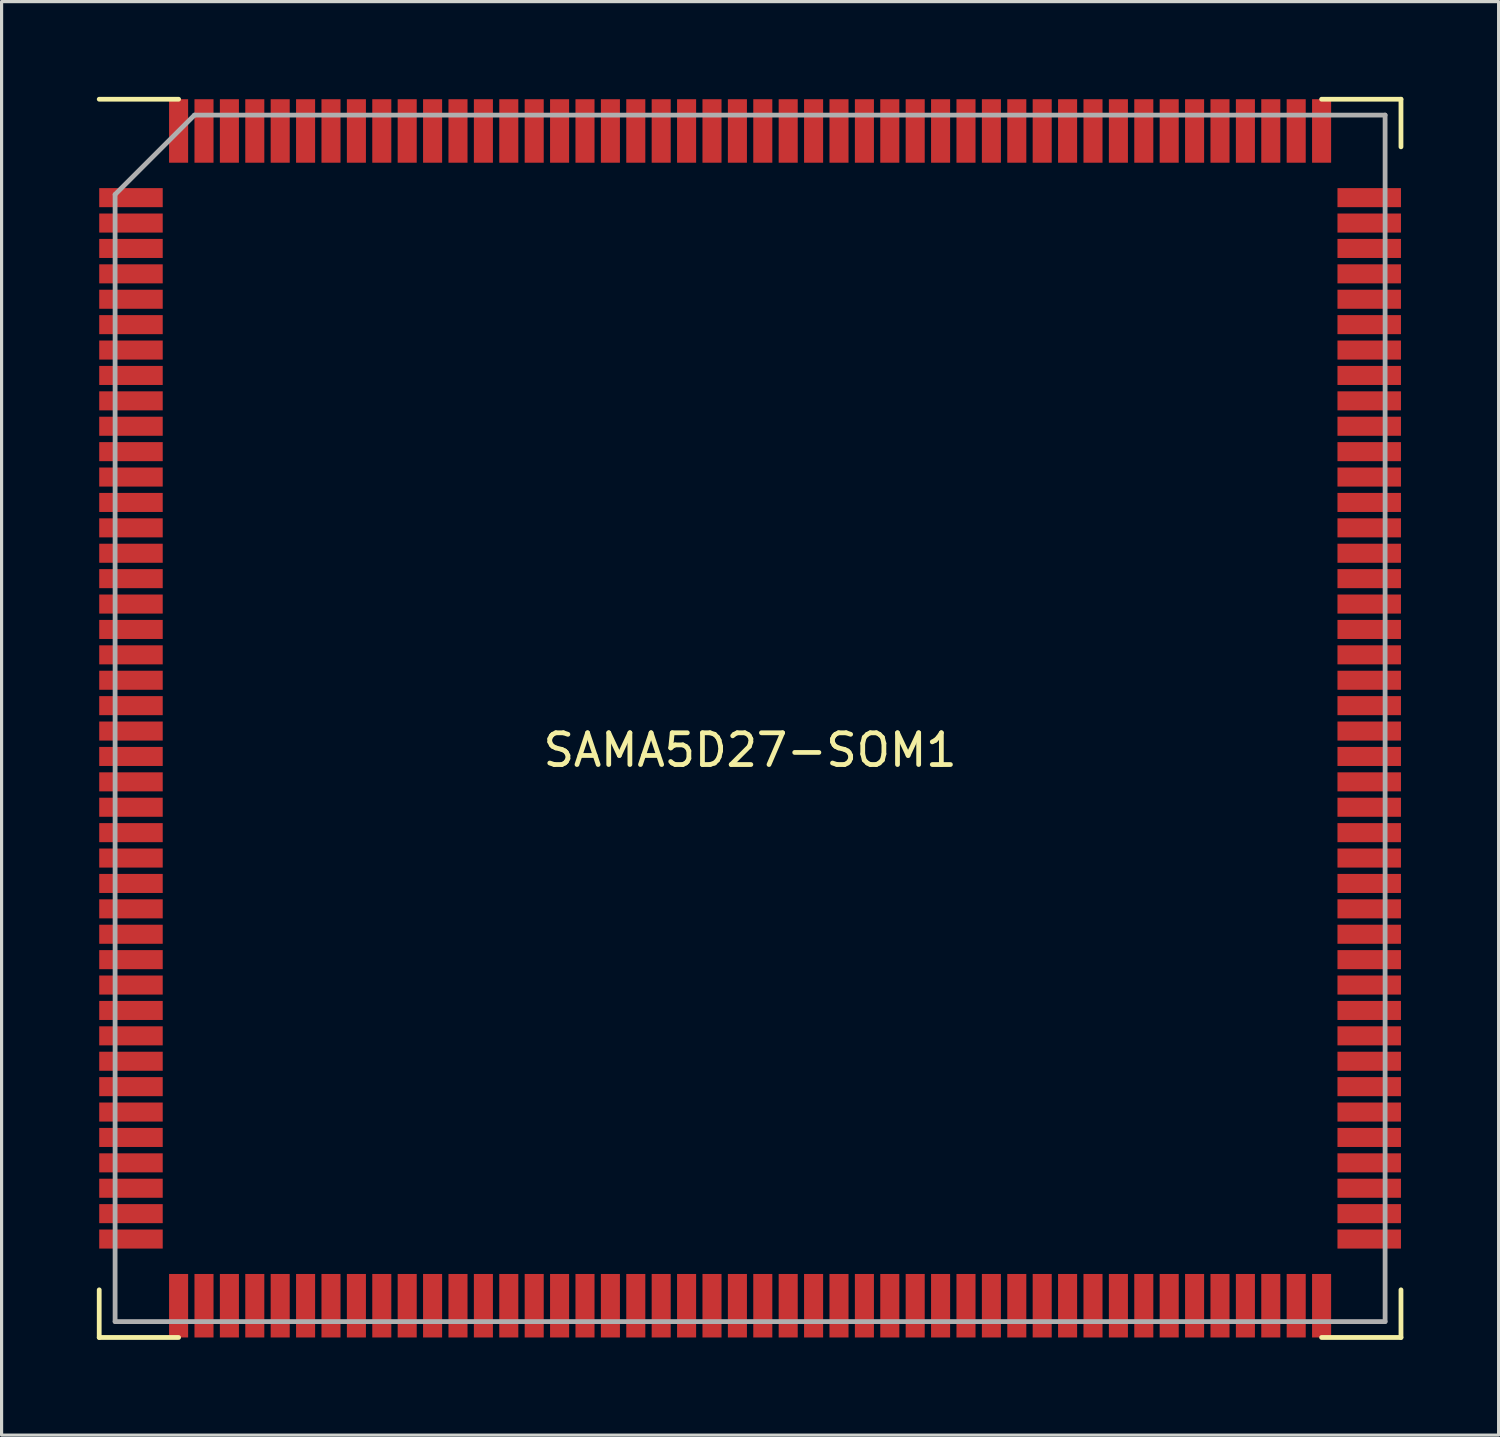
<source format=kicad_pcb>
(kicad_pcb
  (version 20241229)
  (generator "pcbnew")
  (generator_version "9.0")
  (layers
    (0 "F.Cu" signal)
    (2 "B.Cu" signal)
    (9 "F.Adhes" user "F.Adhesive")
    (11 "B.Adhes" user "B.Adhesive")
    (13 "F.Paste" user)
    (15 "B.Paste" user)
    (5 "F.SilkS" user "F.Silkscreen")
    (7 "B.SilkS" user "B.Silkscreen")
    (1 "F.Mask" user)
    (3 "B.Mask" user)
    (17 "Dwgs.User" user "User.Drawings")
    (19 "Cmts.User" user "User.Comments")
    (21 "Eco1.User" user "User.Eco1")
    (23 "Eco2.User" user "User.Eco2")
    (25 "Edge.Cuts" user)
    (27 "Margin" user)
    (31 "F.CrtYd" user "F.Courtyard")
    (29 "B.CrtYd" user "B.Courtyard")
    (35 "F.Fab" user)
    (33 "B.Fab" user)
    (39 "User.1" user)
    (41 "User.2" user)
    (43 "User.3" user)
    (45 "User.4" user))
  (footprint "SAMA5D27-SOM1"
    (layer "F.Cu")
    (at 20.575 19.575)
    (property "Reference" "SAMA5D27-SOM1" (at 0 1 0) (layer "F.SilkS") (effects (font (size 1 1) (thickness 0.15))))
    (attr through_hole)
    (fp_line (start -20.5 19.5) (end -20.5 18) (stroke (width 0.15) (type solid)) (layer "F.SilkS"))
    (fp_line (start -18 -19.5) (end -20.5 -19.5) (stroke (width 0.15) (type solid)) (layer "F.SilkS"))
    (fp_line (start -18 19.5) (end -20.5 19.5) (stroke (width 0.15) (type solid)) (layer "F.SilkS"))
    (fp_line (start 18 -19.5) (end 20.5 -19.5) (stroke (width 0.15) (type solid)) (layer "F.SilkS"))
    (fp_line (start 20.5 -19.5) (end 20.5 -18) (stroke (width 0.15) (type solid)) (layer "F.SilkS"))
    (fp_line (start 20.5 18) (end 20.5 19.5) (stroke (width 0.15) (type solid)) (layer "F.SilkS"))
    (fp_line (start 20.5 19.5) (end 18 19.5) (stroke (width 0.15) (type solid)) (layer "F.SilkS"))
    (fp_line (start -20 19) (end -20 -16.5) (stroke (width 0.15) (type solid)) (layer "F.Fab"))
    (fp_line (start -17.5 -19) (end -20 -16.5) (stroke (width 0.15) (type solid)) (layer "F.Fab"))
    (fp_line (start -17.5 -19) (end 20 -19) (stroke (width 0.15) (type solid)) (layer "F.Fab"))
    (fp_line (start 20 -19) (end 20 19) (stroke (width 0.15) (type solid)) (layer "F.Fab"))
    (fp_line (start 20 19) (end -20 19) (stroke (width 0.15) (type solid)) (layer "F.Fab"))
    (pad "1" smd rect (at -19.5 -16.4 90) (size 0.6 2) (layers "F.Cu" "F.Mask" "F.Paste"))
    (pad "2" smd rect (at -19.5 -15.6 90) (size 0.6 2) (layers "F.Cu" "F.Mask" "F.Paste"))
    (pad "3" smd rect (at -19.5 -14.8 90) (size 0.6 2) (layers "F.Cu" "F.Mask" "F.Paste"))
    (pad "4" smd rect (at -19.5 -14 90) (size 0.6 2) (layers "F.Cu" "F.Mask" "F.Paste"))
    (pad "5" smd rect (at -19.5 -13.2 90) (size 0.6 2) (layers "F.Cu" "F.Mask" "F.Paste"))
    (pad "6" smd rect (at -19.5 -12.4 90) (size 0.6 2) (layers "F.Cu" "F.Mask" "F.Paste"))
    (pad "7" smd rect (at -19.5 -11.6 90) (size 0.6 2) (layers "F.Cu" "F.Mask" "F.Paste"))
    (pad "8" smd rect (at -19.5 -10.8 90) (size 0.6 2) (layers "F.Cu" "F.Mask" "F.Paste"))
    (pad "9" smd rect (at -19.5 -10 90) (size 0.6 2) (layers "F.Cu" "F.Mask" "F.Paste"))
    (pad "10" smd rect (at -19.5 -9.2 90) (size 0.6 2) (layers "F.Cu" "F.Mask" "F.Paste"))
    (pad "11" smd rect (at -19.5 -8.4 90) (size 0.6 2) (layers "F.Cu" "F.Mask" "F.Paste"))
    (pad "12" smd rect (at -19.5 -7.6 90) (size 0.6 2) (layers "F.Cu" "F.Mask" "F.Paste"))
    (pad "13" smd rect (at -19.5 -6.8 90) (size 0.6 2) (layers "F.Cu" "F.Mask" "F.Paste"))
    (pad "14" smd rect (at -19.5 -6 90) (size 0.6 2) (layers "F.Cu" "F.Mask" "F.Paste"))
    (pad "15" smd rect (at -19.5 -5.2 90) (size 0.6 2) (layers "F.Cu" "F.Mask" "F.Paste"))
    (pad "16" smd rect (at -19.5 -4.4 90) (size 0.6 2) (layers "F.Cu" "F.Mask" "F.Paste"))
    (pad "17" smd rect (at -19.5 -3.6 90) (size 0.6 2) (layers "F.Cu" "F.Mask" "F.Paste"))
    (pad "18" smd rect (at -19.5 -2.8 90) (size 0.6 2) (layers "F.Cu" "F.Mask" "F.Paste"))
    (pad "19" smd rect (at -19.5 -2 90) (size 0.6 2) (layers "F.Cu" "F.Mask" "F.Paste"))
    (pad "20" smd rect (at -19.5 -1.2 90) (size 0.6 2) (layers "F.Cu" "F.Mask" "F.Paste"))
    (pad "21" smd rect (at -19.5 -0.4 90) (size 0.6 2) (layers "F.Cu" "F.Mask" "F.Paste"))
    (pad "22" smd rect (at -19.5 0.4 90) (size 0.6 2) (layers "F.Cu" "F.Mask" "F.Paste"))
    (pad "23" smd rect (at -19.5 1.2 90) (size 0.6 2) (layers "F.Cu" "F.Mask" "F.Paste"))
    (pad "24" smd rect (at -19.5 2 90) (size 0.6 2) (layers "F.Cu" "F.Mask" "F.Paste"))
    (pad "25" smd rect (at -19.5 2.8 90) (size 0.6 2) (layers "F.Cu" "F.Mask" "F.Paste"))
    (pad "26" smd rect (at -19.5 3.6 90) (size 0.6 2) (layers "F.Cu" "F.Mask" "F.Paste"))
    (pad "27" smd rect (at -19.5 4.4 90) (size 0.6 2) (layers "F.Cu" "F.Mask" "F.Paste"))
    (pad "28" smd rect (at -19.5 5.2 90) (size 0.6 2) (layers "F.Cu" "F.Mask" "F.Paste"))
    (pad "29" smd rect (at -19.5 6 90) (size 0.6 2) (layers "F.Cu" "F.Mask" "F.Paste"))
    (pad "30" smd rect (at -19.5 6.8 90) (size 0.6 2) (layers "F.Cu" "F.Mask" "F.Paste"))
    (pad "31" smd rect (at -19.5 7.6 90) (size 0.6 2) (layers "F.Cu" "F.Mask" "F.Paste"))
    (pad "32" smd rect (at -19.5 8.4 90) (size 0.6 2) (layers "F.Cu" "F.Mask" "F.Paste"))
    (pad "33" smd rect (at -19.5 9.2 90) (size 0.6 2) (layers "F.Cu" "F.Mask" "F.Paste"))
    (pad "34" smd rect (at -19.5 10 90) (size 0.6 2) (layers "F.Cu" "F.Mask" "F.Paste"))
    (pad "35" smd rect (at -19.5 10.8 90) (size 0.6 2) (layers "F.Cu" "F.Mask" "F.Paste"))
    (pad "36" smd rect (at -19.5 11.6 90) (size 0.6 2) (layers "F.Cu" "F.Mask" "F.Paste"))
    (pad "37" smd rect (at -19.5 12.4 90) (size 0.6 2) (layers "F.Cu" "F.Mask" "F.Paste"))
    (pad "38" smd rect (at -19.5 13.2 90) (size 0.6 2) (layers "F.Cu" "F.Mask" "F.Paste"))
    (pad "39" smd rect (at -19.5 14 90) (size 0.6 2) (layers "F.Cu" "F.Mask" "F.Paste"))
    (pad "40" smd rect (at -19.5 14.8 90) (size 0.6 2) (layers "F.Cu" "F.Mask" "F.Paste"))
    (pad "41" smd rect (at -19.5 15.6 90) (size 0.6 2) (layers "F.Cu" "F.Mask" "F.Paste"))
    (pad "42" smd rect (at -19.5 16.4 90) (size 0.6 2) (layers "F.Cu" "F.Mask" "F.Paste"))
    (pad "43" smd rect (at -18 18.5) (size 0.6 2) (layers "F.Cu" "F.Mask" "F.Paste"))
    (pad "44" smd rect (at -17.2 18.5) (size 0.6 2) (layers "F.Cu" "F.Mask" "F.Paste"))
    (pad "45" smd rect (at -16.4 18.5) (size 0.6 2) (layers "F.Cu" "F.Mask" "F.Paste"))
    (pad "46" smd rect (at -15.6 18.5) (size 0.6 2) (layers "F.Cu" "F.Mask" "F.Paste"))
    (pad "47" smd rect (at -14.8 18.5) (size 0.6 2) (layers "F.Cu" "F.Mask" "F.Paste"))
    (pad "48" smd rect (at -14 18.5) (size 0.6 2) (layers "F.Cu" "F.Mask" "F.Paste"))
    (pad "49" smd rect (at -13.2 18.5) (size 0.6 2) (layers "F.Cu" "F.Mask" "F.Paste"))
    (pad "50" smd rect (at -12.4 18.5) (size 0.6 2) (layers "F.Cu" "F.Mask" "F.Paste"))
    (pad "51" smd rect (at -11.6 18.5) (size 0.6 2) (layers "F.Cu" "F.Mask" "F.Paste"))
    (pad "52" smd rect (at -10.8 18.5) (size 0.6 2) (layers "F.Cu" "F.Mask" "F.Paste"))
    (pad "53" smd rect (at -10 18.5) (size 0.6 2) (layers "F.Cu" "F.Mask" "F.Paste"))
    (pad "54" smd rect (at -9.2 18.5) (size 0.6 2) (layers "F.Cu" "F.Mask" "F.Paste"))
    (pad "55" smd rect (at -8.4 18.5) (size 0.6 2) (layers "F.Cu" "F.Mask" "F.Paste"))
    (pad "56" smd rect (at -7.6 18.5) (size 0.6 2) (layers "F.Cu" "F.Mask" "F.Paste"))
    (pad "57" smd rect (at -6.8 18.5) (size 0.6 2) (layers "F.Cu" "F.Mask" "F.Paste"))
    (pad "58" smd rect (at -6 18.5) (size 0.6 2) (layers "F.Cu" "F.Mask" "F.Paste"))
    (pad "59" smd rect (at -5.2 18.5) (size 0.6 2) (layers "F.Cu" "F.Mask" "F.Paste"))
    (pad "60" smd rect (at -4.4 18.5) (size 0.6 2) (layers "F.Cu" "F.Mask" "F.Paste"))
    (pad "61" smd rect (at -3.6 18.5) (size 0.6 2) (layers "F.Cu" "F.Mask" "F.Paste"))
    (pad "62" smd rect (at -2.8 18.5) (size 0.6 2) (layers "F.Cu" "F.Mask" "F.Paste"))
    (pad "63" smd rect (at -2 18.5) (size 0.6 2) (layers "F.Cu" "F.Mask" "F.Paste"))
    (pad "64" smd rect (at -1.2 18.5) (size 0.6 2) (layers "F.Cu" "F.Mask" "F.Paste"))
    (pad "65" smd rect (at -0.4 18.5) (size 0.6 2) (layers "F.Cu" "F.Mask" "F.Paste"))
    (pad "66" smd rect (at 0.4 18.5) (size 0.6 2) (layers "F.Cu" "F.Mask" "F.Paste"))
    (pad "67" smd rect (at 1.2 18.5) (size 0.6 2) (layers "F.Cu" "F.Mask" "F.Paste"))
    (pad "68" smd rect (at 2 18.5) (size 0.6 2) (layers "F.Cu" "F.Mask" "F.Paste"))
    (pad "69" smd rect (at 2.8 18.5) (size 0.6 2) (layers "F.Cu" "F.Mask" "F.Paste"))
    (pad "70" smd rect (at 3.6 18.5) (size 0.6 2) (layers "F.Cu" "F.Mask" "F.Paste"))
    (pad "71" smd rect (at 4.4 18.5) (size 0.6 2) (layers "F.Cu" "F.Mask" "F.Paste"))
    (pad "72" smd rect (at 5.2 18.5) (size 0.6 2) (layers "F.Cu" "F.Mask" "F.Paste"))
    (pad "73" smd rect (at 6 18.5) (size 0.6 2) (layers "F.Cu" "F.Mask" "F.Paste"))
    (pad "74" smd rect (at 6.8 18.5) (size 0.6 2) (layers "F.Cu" "F.Mask" "F.Paste"))
    (pad "75" smd rect (at 7.6 18.5) (size 0.6 2) (layers "F.Cu" "F.Mask" "F.Paste"))
    (pad "76" smd rect (at 8.4 18.5) (size 0.6 2) (layers "F.Cu" "F.Mask" "F.Paste"))
    (pad "77" smd rect (at 9.2 18.5) (size 0.6 2) (layers "F.Cu" "F.Mask" "F.Paste"))
    (pad "78" smd rect (at 10 18.5) (size 0.6 2) (layers "F.Cu" "F.Mask" "F.Paste"))
    (pad "79" smd rect (at 10.8 18.5) (size 0.6 2) (layers "F.Cu" "F.Mask" "F.Paste"))
    (pad "80" smd rect (at 11.6 18.5) (size 0.6 2) (layers "F.Cu" "F.Mask" "F.Paste"))
    (pad "81" smd rect (at 12.4 18.5) (size 0.6 2) (layers "F.Cu" "F.Mask" "F.Paste"))
    (pad "82" smd rect (at 13.2 18.5) (size 0.6 2) (layers "F.Cu" "F.Mask" "F.Paste"))
    (pad "83" smd rect (at 14 18.5) (size 0.6 2) (layers "F.Cu" "F.Mask" "F.Paste"))
    (pad "84" smd rect (at 14.8 18.5) (size 0.6 2) (layers "F.Cu" "F.Mask" "F.Paste"))
    (pad "85" smd rect (at 15.6 18.5) (size 0.6 2) (layers "F.Cu" "F.Mask" "F.Paste"))
    (pad "86" smd rect (at 16.4 18.5) (size 0.6 2) (layers "F.Cu" "F.Mask" "F.Paste"))
    (pad "87" smd rect (at 17.2 18.5) (size 0.6 2) (layers "F.Cu" "F.Mask" "F.Paste"))
    (pad "88" smd rect (at 18 18.5) (size 0.6 2) (layers "F.Cu" "F.Mask" "F.Paste"))
    (pad "89" smd rect (at 19.5 16.4 90) (size 0.6 2) (layers "F.Cu" "F.Mask" "F.Paste"))
    (pad "90" smd rect (at 19.5 15.6 90) (size 0.6 2) (layers "F.Cu" "F.Mask" "F.Paste"))
    (pad "91" smd rect (at 19.5 14.8 90) (size 0.6 2) (layers "F.Cu" "F.Mask" "F.Paste"))
    (pad "92" smd rect (at 19.5 14 90) (size 0.6 2) (layers "F.Cu" "F.Mask" "F.Paste"))
    (pad "93" smd rect (at 19.5 13.2 90) (size 0.6 2) (layers "F.Cu" "F.Mask" "F.Paste"))
    (pad "94" smd rect (at 19.5 12.4 90) (size 0.6 2) (layers "F.Cu" "F.Mask" "F.Paste"))
    (pad "95" smd rect (at 19.5 11.6 90) (size 0.6 2) (layers "F.Cu" "F.Mask" "F.Paste"))
    (pad "96" smd rect (at 19.5 10.8 90) (size 0.6 2) (layers "F.Cu" "F.Mask" "F.Paste"))
    (pad "97" smd rect (at 19.5 10 90) (size 0.6 2) (layers "F.Cu" "F.Mask" "F.Paste"))
    (pad "98" smd rect (at 19.5 9.2 90) (size 0.6 2) (layers "F.Cu" "F.Mask" "F.Paste"))
    (pad "99" smd rect (at 19.5 8.4 90) (size 0.6 2) (layers "F.Cu" "F.Mask" "F.Paste"))
    (pad "100" smd rect (at 19.5 7.6 90) (size 0.6 2) (layers "F.Cu" "F.Mask" "F.Paste"))
    (pad "101" smd rect (at 19.5 6.8 90) (size 0.6 2) (layers "F.Cu" "F.Mask" "F.Paste"))
    (pad "102" smd rect (at 19.5 6 90) (size 0.6 2) (layers "F.Cu" "F.Mask" "F.Paste"))
    (pad "103" smd rect (at 19.5 5.2 90) (size 0.6 2) (layers "F.Cu" "F.Mask" "F.Paste"))
    (pad "104" smd rect (at 19.5 4.4 90) (size 0.6 2) (layers "F.Cu" "F.Mask" "F.Paste"))
    (pad "105" smd rect (at 19.5 3.6 90) (size 0.6 2) (layers "F.Cu" "F.Mask" "F.Paste"))
    (pad "106" smd rect (at 19.5 2.8 90) (size 0.6 2) (layers "F.Cu" "F.Mask" "F.Paste"))
    (pad "107" smd rect (at 19.5 2 90) (size 0.6 2) (layers "F.Cu" "F.Mask" "F.Paste"))
    (pad "108" smd rect (at 19.5 1.2 90) (size 0.6 2) (layers "F.Cu" "F.Mask" "F.Paste"))
    (pad "109" smd rect (at 19.5 0.4 90) (size 0.6 2) (layers "F.Cu" "F.Mask" "F.Paste"))
    (pad "110" smd rect (at 19.5 -0.4 90) (size 0.6 2) (layers "F.Cu" "F.Mask" "F.Paste"))
    (pad "111" smd rect (at 19.5 -1.2 90) (size 0.6 2) (layers "F.Cu" "F.Mask" "F.Paste"))
    (pad "112" smd rect (at 19.5 -2 90) (size 0.6 2) (layers "F.Cu" "F.Mask" "F.Paste"))
    (pad "113" smd rect (at 19.5 -2.8 90) (size 0.6 2) (layers "F.Cu" "F.Mask" "F.Paste"))
    (pad "114" smd rect (at 19.5 -3.6 90) (size 0.6 2) (layers "F.Cu" "F.Mask" "F.Paste"))
    (pad "115" smd rect (at 19.5 -4.4 90) (size 0.6 2) (layers "F.Cu" "F.Mask" "F.Paste"))
    (pad "116" smd rect (at 19.5 -5.2 90) (size 0.6 2) (layers "F.Cu" "F.Mask" "F.Paste"))
    (pad "117" smd rect (at 19.5 -6 90) (size 0.6 2) (layers "F.Cu" "F.Mask" "F.Paste"))
    (pad "118" smd rect (at 19.5 -6.8 90) (size 0.6 2) (layers "F.Cu" "F.Mask" "F.Paste"))
    (pad "119" smd rect (at 19.5 -7.6 90) (size 0.6 2) (layers "F.Cu" "F.Mask" "F.Paste"))
    (pad "120" smd rect (at 19.5 -8.4 90) (size 0.6 2) (layers "F.Cu" "F.Mask" "F.Paste"))
    (pad "121" smd rect (at 19.5 -9.2 90) (size 0.6 2) (layers "F.Cu" "F.Mask" "F.Paste"))
    (pad "122" smd rect (at 19.5 -10 90) (size 0.6 2) (layers "F.Cu" "F.Mask" "F.Paste"))
    (pad "123" smd rect (at 19.5 -10.8 90) (size 0.6 2) (layers "F.Cu" "F.Mask" "F.Paste"))
    (pad "124" smd rect (at 19.5 -11.6 90) (size 0.6 2) (layers "F.Cu" "F.Mask" "F.Paste"))
    (pad "125" smd rect (at 19.5 -12.4 90) (size 0.6 2) (layers "F.Cu" "F.Mask" "F.Paste"))
    (pad "126" smd rect (at 19.5 -13.2 90) (size 0.6 2) (layers "F.Cu" "F.Mask" "F.Paste"))
    (pad "127" smd rect (at 19.5 -14 90) (size 0.6 2) (layers "F.Cu" "F.Mask" "F.Paste"))
    (pad "128" smd rect (at 19.5 -14.8 90) (size 0.6 2) (layers "F.Cu" "F.Mask" "F.Paste"))
    (pad "129" smd rect (at 19.5 -15.6 90) (size 0.6 2) (layers "F.Cu" "F.Mask" "F.Paste"))
    (pad "130" smd rect (at 19.5 -16.4 90) (size 0.6 2) (layers "F.Cu" "F.Mask" "F.Paste"))
    (pad "131" smd rect (at 18 -18.5) (size 0.6 2) (layers "F.Cu" "F.Mask" "F.Paste"))
    (pad "132" smd rect (at 17.2 -18.5) (size 0.6 2) (layers "F.Cu" "F.Mask" "F.Paste"))
    (pad "133" smd rect (at 16.4 -18.5) (size 0.6 2) (layers "F.Cu" "F.Mask" "F.Paste"))
    (pad "134" smd rect (at 15.6 -18.5) (size 0.6 2) (layers "F.Cu" "F.Mask" "F.Paste"))
    (pad "135" smd rect (at 14.8 -18.5) (size 0.6 2) (layers "F.Cu" "F.Mask" "F.Paste"))
    (pad "136" smd rect (at 14 -18.5) (size 0.6 2) (layers "F.Cu" "F.Mask" "F.Paste"))
    (pad "137" smd rect (at 13.2 -18.5) (size 0.6 2) (layers "F.Cu" "F.Mask" "F.Paste"))
    (pad "138" smd rect (at 12.4 -18.5) (size 0.6 2) (layers "F.Cu" "F.Mask" "F.Paste"))
    (pad "139" smd rect (at 11.6 -18.5) (size 0.6 2) (layers "F.Cu" "F.Mask" "F.Paste"))
    (pad "140" smd rect (at 10.8 -18.5) (size 0.6 2) (layers "F.Cu" "F.Mask" "F.Paste"))
    (pad "141" smd rect (at 10 -18.5) (size 0.6 2) (layers "F.Cu" "F.Mask" "F.Paste"))
    (pad "142" smd rect (at 9.2 -18.5) (size 0.6 2) (layers "F.Cu" "F.Mask" "F.Paste"))
    (pad "143" smd rect (at 8.4 -18.5) (size 0.6 2) (layers "F.Cu" "F.Mask" "F.Paste"))
    (pad "144" smd rect (at 7.6 -18.5) (size 0.6 2) (layers "F.Cu" "F.Mask" "F.Paste"))
    (pad "145" smd rect (at 6.8 -18.5) (size 0.6 2) (layers "F.Cu" "F.Mask" "F.Paste"))
    (pad "146" smd rect (at 6 -18.5) (size 0.6 2) (layers "F.Cu" "F.Mask" "F.Paste"))
    (pad "147" smd rect (at 5.2 -18.5) (size 0.6 2) (layers "F.Cu" "F.Mask" "F.Paste"))
    (pad "148" smd rect (at 4.4 -18.5) (size 0.6 2) (layers "F.Cu" "F.Mask" "F.Paste"))
    (pad "149" smd rect (at 3.6 -18.5) (size 0.6 2) (layers "F.Cu" "F.Mask" "F.Paste"))
    (pad "150" smd rect (at 2.8 -18.5) (size 0.6 2) (layers "F.Cu" "F.Mask" "F.Paste"))
    (pad "151" smd rect (at 2 -18.5) (size 0.6 2) (layers "F.Cu" "F.Mask" "F.Paste"))
    (pad "152" smd rect (at 1.2 -18.5) (size 0.6 2) (layers "F.Cu" "F.Mask" "F.Paste"))
    (pad "153" smd rect (at 0.4 -18.5) (size 0.6 2) (layers "F.Cu" "F.Mask" "F.Paste"))
    (pad "154" smd rect (at -0.4 -18.5) (size 0.6 2) (layers "F.Cu" "F.Mask" "F.Paste"))
    (pad "155" smd rect (at -1.2 -18.5) (size 0.6 2) (layers "F.Cu" "F.Mask" "F.Paste"))
    (pad "156" smd rect (at -2 -18.5) (size 0.6 2) (layers "F.Cu" "F.Mask" "F.Paste"))
    (pad "157" smd rect (at -2.8 -18.5) (size 0.6 2) (layers "F.Cu" "F.Mask" "F.Paste"))
    (pad "158" smd rect (at -3.6 -18.5) (size 0.6 2) (layers "F.Cu" "F.Mask" "F.Paste"))
    (pad "159" smd rect (at -4.4 -18.5) (size 0.6 2) (layers "F.Cu" "F.Mask" "F.Paste"))
    (pad "160" smd rect (at -5.2 -18.5) (size 0.6 2) (layers "F.Cu" "F.Mask" "F.Paste"))
    (pad "161" smd rect (at -6 -18.5) (size 0.6 2) (layers "F.Cu" "F.Mask" "F.Paste"))
    (pad "162" smd rect (at -6.8 -18.5) (size 0.6 2) (layers "F.Cu" "F.Mask" "F.Paste"))
    (pad "163" smd rect (at -7.6 -18.5) (size 0.6 2) (layers "F.Cu" "F.Mask" "F.Paste"))
    (pad "164" smd rect (at -8.4 -18.5) (size 0.6 2) (layers "F.Cu" "F.Mask" "F.Paste"))
    (pad "165" smd rect (at -9.2 -18.5) (size 0.6 2) (layers "F.Cu" "F.Mask" "F.Paste"))
    (pad "166" smd rect (at -10 -18.5) (size 0.6 2) (layers "F.Cu" "F.Mask" "F.Paste"))
    (pad "167" smd rect (at -10.8 -18.5) (size 0.6 2) (layers "F.Cu" "F.Mask" "F.Paste"))
    (pad "168" smd rect (at -11.6 -18.5) (size 0.6 2) (layers "F.Cu" "F.Mask" "F.Paste"))
    (pad "169" smd rect (at -12.4 -18.5) (size 0.6 2) (layers "F.Cu" "F.Mask" "F.Paste"))
    (pad "170" smd rect (at -13.2 -18.5) (size 0.6 2) (layers "F.Cu" "F.Mask" "F.Paste"))
    (pad "171" smd rect (at -14 -18.5) (size 0.6 2) (layers "F.Cu" "F.Mask" "F.Paste"))
    (pad "172" smd rect (at -14.8 -18.5) (size 0.6 2) (layers "F.Cu" "F.Mask" "F.Paste"))
    (pad "173" smd rect (at -15.6 -18.5) (size 0.6 2) (layers "F.Cu" "F.Mask" "F.Paste"))
    (pad "174" smd rect (at -16.4 -18.5) (size 0.6 2) (layers "F.Cu" "F.Mask" "F.Paste"))
    (pad "175" smd rect (at -17.2 -18.5) (size 0.6 2) (layers "F.Cu" "F.Mask" "F.Paste"))
    (pad "176" smd rect (at -18 -18.5) (size 0.6 2) (layers "F.Cu" "F.Mask" "F.Paste")))
  (gr_rect
    (start -3 -3)
    (end 44.15 42.15)
    (stroke (width 0.1) (type default))
    (fill no)
    (layer "Edge.Cuts")))
</source>
